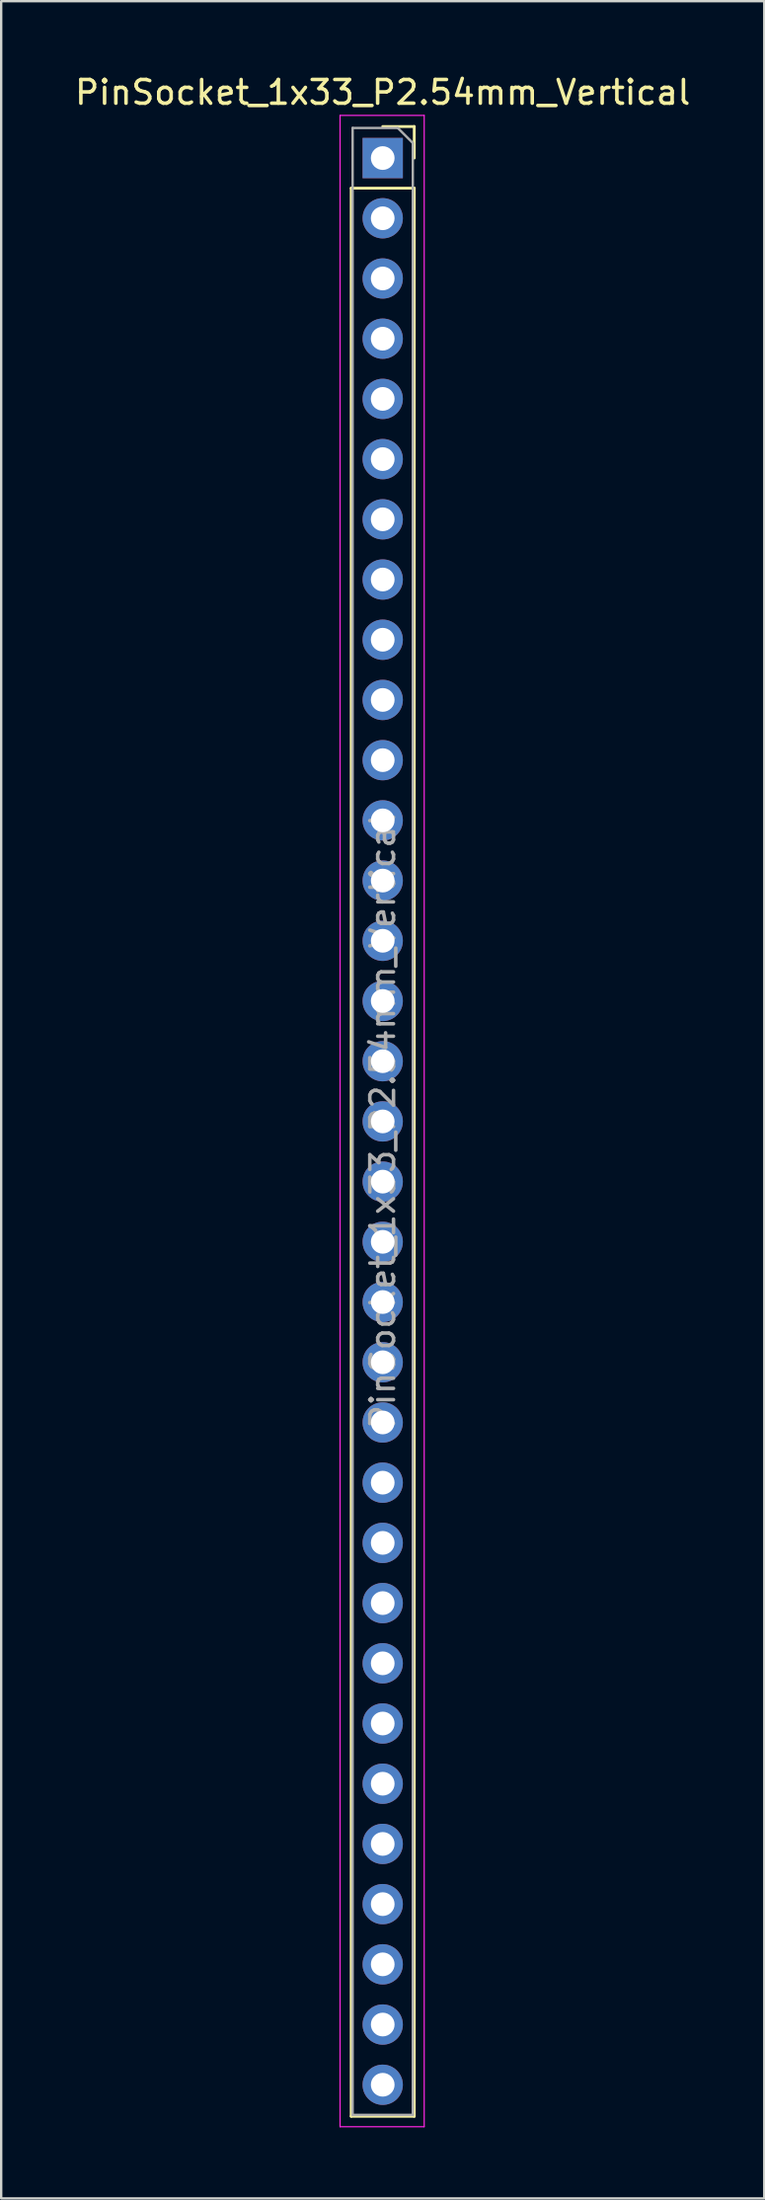
<source format=kicad_pcb>
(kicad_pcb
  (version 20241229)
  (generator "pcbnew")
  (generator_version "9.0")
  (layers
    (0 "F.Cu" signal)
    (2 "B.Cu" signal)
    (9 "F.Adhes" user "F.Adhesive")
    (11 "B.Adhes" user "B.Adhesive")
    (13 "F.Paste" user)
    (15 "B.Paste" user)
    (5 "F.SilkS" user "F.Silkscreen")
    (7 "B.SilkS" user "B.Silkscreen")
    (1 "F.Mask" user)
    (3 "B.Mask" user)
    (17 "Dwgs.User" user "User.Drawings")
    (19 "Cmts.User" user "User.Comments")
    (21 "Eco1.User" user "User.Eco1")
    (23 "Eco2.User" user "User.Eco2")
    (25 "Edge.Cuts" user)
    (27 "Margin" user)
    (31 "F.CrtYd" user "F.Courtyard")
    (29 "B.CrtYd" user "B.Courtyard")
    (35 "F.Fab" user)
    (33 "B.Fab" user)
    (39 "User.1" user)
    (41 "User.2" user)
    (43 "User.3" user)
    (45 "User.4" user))
  (footprint "PinSocket_1x33_P2.54mm_Vertical"
    (layer "F.Cu")
    (at 13.101 3.618)
    (property "Reference" "PinSocket_1x33_P2.54mm_Vertical" (at 0 -2.77 0) (layer "F.SilkS") (effects (font (size 1 1) (thickness 0.15))))
    (attr through_hole)
    (fp_line (start -1.33 1.27) (end -1.33 82.61) (stroke (width 0.12) (type solid)) (layer "F.SilkS"))
    (fp_line (start -1.33 1.27) (end 1.33 1.27) (stroke (width 0.12) (type solid)) (layer "F.SilkS"))
    (fp_line (start -1.33 82.61) (end 1.33 82.61) (stroke (width 0.12) (type solid)) (layer "F.SilkS"))
    (fp_line (start 0 -1.33) (end 1.33 -1.33) (stroke (width 0.12) (type solid)) (layer "F.SilkS"))
    (fp_line (start 1.33 -1.33) (end 1.33 0) (stroke (width 0.12) (type solid)) (layer "F.SilkS"))
    (fp_line (start 1.33 1.27) (end 1.33 82.61) (stroke (width 0.12) (type solid)) (layer "F.SilkS"))
    (fp_line (start -1.8 -1.8) (end 1.75 -1.8) (stroke (width 0.05) (type solid)) (layer "F.CrtYd"))
    (fp_line (start -1.8 83.05) (end -1.8 -1.8) (stroke (width 0.05) (type solid)) (layer "F.CrtYd"))
    (fp_line (start 1.75 -1.8) (end 1.75 83.05) (stroke (width 0.05) (type solid)) (layer "F.CrtYd"))
    (fp_line (start 1.75 83.05) (end -1.8 83.05) (stroke (width 0.05) (type solid)) (layer "F.CrtYd"))
    (fp_line (start -1.27 -1.27) (end 0.635 -1.27) (stroke (width 0.1) (type solid)) (layer "F.Fab"))
    (fp_line (start -1.27 82.55) (end -1.27 -1.27) (stroke (width 0.1) (type solid)) (layer "F.Fab"))
    (fp_line (start 0.635 -1.27) (end 1.27 -0.635) (stroke (width 0.1) (type solid)) (layer "F.Fab"))
    (fp_line (start 1.27 -0.635) (end 1.27 82.55) (stroke (width 0.1) (type solid)) (layer "F.Fab"))
    (fp_line (start 1.27 82.55) (end -1.27 82.55) (stroke (width 0.1) (type solid)) (layer "F.Fab"))
    (fp_text user "${REFERENCE}" (at 0 40.64 90) (layer "F.Fab") (effects (font (size 1 1) (thickness 0.15))))
    (pad "1" thru_hole rect (at 0 0) (size 1.7 1.7) (drill 1) (layers "*.Cu" "*.Mask"))
    (pad "2" thru_hole oval (at 0 2.54) (size 1.7 1.7) (drill 1) (layers "*.Cu" "*.Mask"))
    (pad "3" thru_hole oval (at 0 5.08) (size 1.7 1.7) (drill 1) (layers "*.Cu" "*.Mask"))
    (pad "4" thru_hole oval (at 0 7.62) (size 1.7 1.7) (drill 1) (layers "*.Cu" "*.Mask"))
    (pad "5" thru_hole oval (at 0 10.16) (size 1.7 1.7) (drill 1) (layers "*.Cu" "*.Mask"))
    (pad "6" thru_hole oval (at 0 12.7) (size 1.7 1.7) (drill 1) (layers "*.Cu" "*.Mask"))
    (pad "7" thru_hole oval (at 0 15.24) (size 1.7 1.7) (drill 1) (layers "*.Cu" "*.Mask"))
    (pad "8" thru_hole oval (at 0 17.78) (size 1.7 1.7) (drill 1) (layers "*.Cu" "*.Mask"))
    (pad "9" thru_hole oval (at 0 20.32) (size 1.7 1.7) (drill 1) (layers "*.Cu" "*.Mask"))
    (pad "10" thru_hole oval (at 0 22.86) (size 1.7 1.7) (drill 1) (layers "*.Cu" "*.Mask"))
    (pad "11" thru_hole oval (at 0 25.4) (size 1.7 1.7) (drill 1) (layers "*.Cu" "*.Mask"))
    (pad "12" thru_hole oval (at 0 27.94) (size 1.7 1.7) (drill 1) (layers "*.Cu" "*.Mask"))
    (pad "13" thru_hole oval (at 0 30.48) (size 1.7 1.7) (drill 1) (layers "*.Cu" "*.Mask"))
    (pad "14" thru_hole oval (at 0 33.02) (size 1.7 1.7) (drill 1) (layers "*.Cu" "*.Mask"))
    (pad "15" thru_hole oval (at 0 35.56) (size 1.7 1.7) (drill 1) (layers "*.Cu" "*.Mask"))
    (pad "16" thru_hole oval (at 0 38.1) (size 1.7 1.7) (drill 1) (layers "*.Cu" "*.Mask"))
    (pad "17" thru_hole oval (at 0 40.64) (size 1.7 1.7) (drill 1) (layers "*.Cu" "*.Mask"))
    (pad "18" thru_hole oval (at 0 43.18) (size 1.7 1.7) (drill 1) (layers "*.Cu" "*.Mask"))
    (pad "19" thru_hole oval (at 0 45.72) (size 1.7 1.7) (drill 1) (layers "*.Cu" "*.Mask"))
    (pad "20" thru_hole oval (at 0 48.26) (size 1.7 1.7) (drill 1) (layers "*.Cu" "*.Mask"))
    (pad "21" thru_hole oval (at 0 50.8) (size 1.7 1.7) (drill 1) (layers "*.Cu" "*.Mask"))
    (pad "22" thru_hole oval (at 0 53.34) (size 1.7 1.7) (drill 1) (layers "*.Cu" "*.Mask"))
    (pad "23" thru_hole oval (at 0 55.88) (size 1.7 1.7) (drill 1) (layers "*.Cu" "*.Mask"))
    (pad "24" thru_hole oval (at 0 58.42) (size 1.7 1.7) (drill 1) (layers "*.Cu" "*.Mask"))
    (pad "25" thru_hole oval (at 0 60.96) (size 1.7 1.7) (drill 1) (layers "*.Cu" "*.Mask"))
    (pad "26" thru_hole oval (at 0 63.5) (size 1.7 1.7) (drill 1) (layers "*.Cu" "*.Mask"))
    (pad "27" thru_hole oval (at 0 66.04) (size 1.7 1.7) (drill 1) (layers "*.Cu" "*.Mask"))
    (pad "28" thru_hole oval (at 0 68.58) (size 1.7 1.7) (drill 1) (layers "*.Cu" "*.Mask"))
    (pad "29" thru_hole oval (at 0 71.12) (size 1.7 1.7) (drill 1) (layers "*.Cu" "*.Mask"))
    (pad "30" thru_hole oval (at 0 73.66) (size 1.7 1.7) (drill 1) (layers "*.Cu" "*.Mask"))
    (pad "31" thru_hole oval (at 0 76.2) (size 1.7 1.7) (drill 1) (layers "*.Cu" "*.Mask"))
    (pad "32" thru_hole oval (at 0 78.74) (size 1.7 1.7) (drill 1) (layers "*.Cu" "*.Mask"))
    (pad "33" thru_hole oval (at 0 81.28) (size 1.7 1.7) (drill 1) (layers "*.Cu" "*.Mask")))
  (gr_rect
    (start -3 -3)
    (end 29.202 89.693)
    (stroke (width 0.1) (type default))
    (fill no)
    (layer "Edge.Cuts")))
</source>
